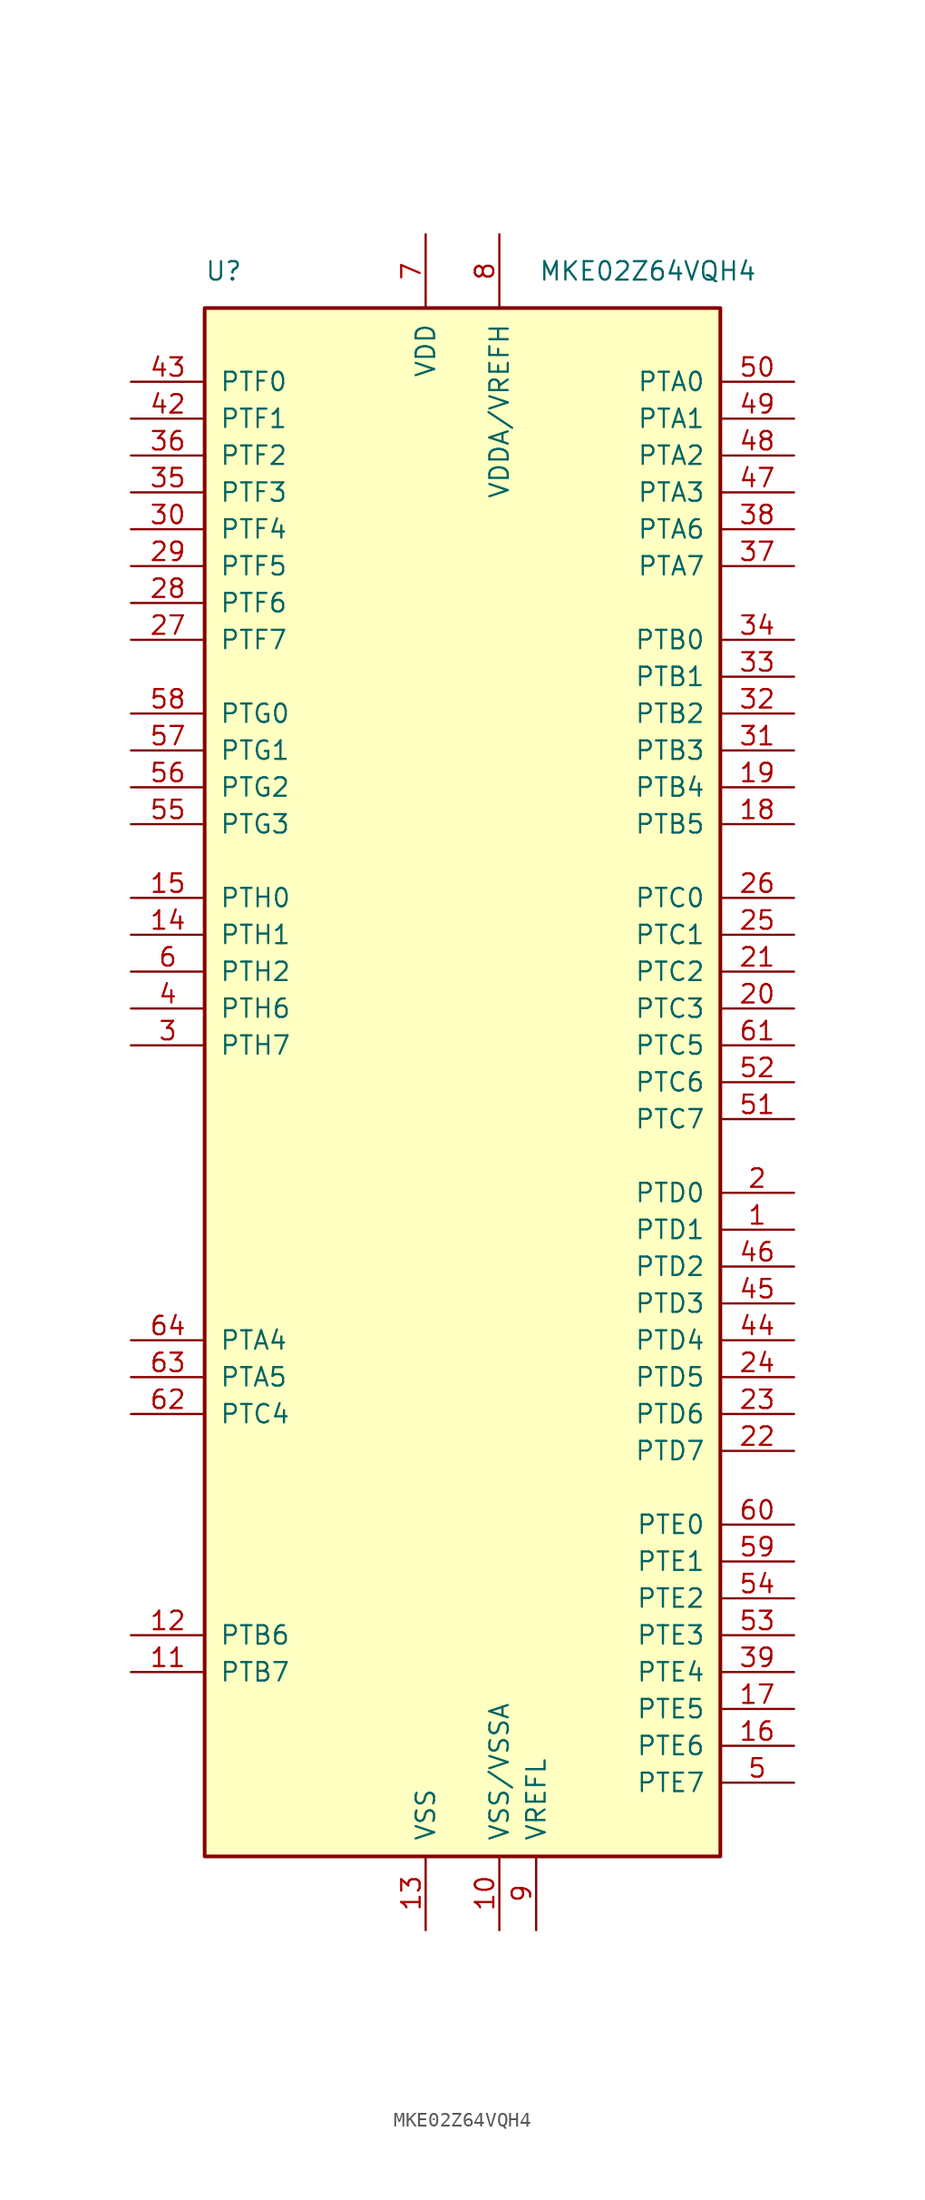
<source format=kicad_sym>
(kicad_symbol_lib
  (version 20241209)
  (generator "kicad_symbol_editor")
  (generator_version "9.0")
  (symbol "MKE02Z64VQH4"
    (pin_names
      (offset 1.016))
    (property "Reference" "U"
      (at -17.78 55.88 0)
      (effects (font (size 1.27 1.27)) (justify left)))
    (property "Value" "MKE02Z64VQH4"
      (at 20.32 55.88 0)
      (effects (font (size 1.27 1.27)) (justify right)))
    (symbol "MKE02Z64VQH4_0_1"
      (rectangle (start -17.78 53.34) (end 17.78 -53.34) (stroke (width 0.254) (type default)) (fill (type background))))
    (symbol "MKE02Z64VQH4_1_1"
      (pin bidirectional line (at -22.86 48.26 0) (length 5.08) (name "PTF0" (effects (font (size 1.27 1.27)))) (number "43" (effects (font (size 1.27 1.27)))))
      (pin bidirectional line (at -22.86 45.72 0) (length 5.08) (name "PTF1" (effects (font (size 1.27 1.27)))) (number "42" (effects (font (size 1.27 1.27)))))
      (pin bidirectional line (at -22.86 43.18 0) (length 5.08) (name "PTF2" (effects (font (size 1.27 1.27)))) (number "36" (effects (font (size 1.27 1.27)))))
      (pin bidirectional line (at -22.86 40.64 0) (length 5.08) (name "PTF3" (effects (font (size 1.27 1.27)))) (number "35" (effects (font (size 1.27 1.27)))))
      (pin bidirectional line (at -22.86 38.1 0) (length 5.08) (name "PTF4" (effects (font (size 1.27 1.27)))) (number "30" (effects (font (size 1.27 1.27)))))
      (pin bidirectional line (at -22.86 35.56 0) (length 5.08) (name "PTF5" (effects (font (size 1.27 1.27)))) (number "29" (effects (font (size 1.27 1.27)))))
      (pin bidirectional line (at -22.86 33.02 0) (length 5.08) (name "PTF6" (effects (font (size 1.27 1.27)))) (number "28" (effects (font (size 1.27 1.27)))))
      (pin bidirectional line (at -22.86 30.48 0) (length 5.08) (name "PTF7" (effects (font (size 1.27 1.27)))) (number "27" (effects (font (size 1.27 1.27)))))
      (pin bidirectional line (at -22.86 25.4 0) (length 5.08) (name "PTG0" (effects (font (size 1.27 1.27)))) (number "58" (effects (font (size 1.27 1.27)))))
      (pin bidirectional line (at -22.86 22.86 0) (length 5.08) (name "PTG1" (effects (font (size 1.27 1.27)))) (number "57" (effects (font (size 1.27 1.27)))))
      (pin bidirectional line (at -22.86 20.32 0) (length 5.08) (name "PTG2" (effects (font (size 1.27 1.27)))) (number "56" (effects (font (size 1.27 1.27)))))
      (pin bidirectional line (at -22.86 17.78 0) (length 5.08) (name "PTG3" (effects (font (size 1.27 1.27)))) (number "55" (effects (font (size 1.27 1.27)))))
      (pin bidirectional line (at -22.86 12.7 0) (length 5.08) (name "PTH0" (effects (font (size 1.27 1.27)))) (number "15" (effects (font (size 1.27 1.27)))))
      (pin bidirectional line (at -22.86 10.16 0) (length 5.08) (name "PTH1" (effects (font (size 1.27 1.27)))) (number "14" (effects (font (size 1.27 1.27)))))
      (pin bidirectional line (at -22.86 7.62 0) (length 5.08) (name "PTH2" (effects (font (size 1.27 1.27)))) (number "6" (effects (font (size 1.27 1.27)))))
      (pin bidirectional line (at -22.86 5.08 0) (length 5.08) (name "PTH6" (effects (font (size 1.27 1.27)))) (number "4" (effects (font (size 1.27 1.27)))))
      (pin bidirectional line (at -22.86 2.54 0) (length 5.08) (name "PTH7" (effects (font (size 1.27 1.27)))) (number "3" (effects (font (size 1.27 1.27)))))
      (pin bidirectional line (at -22.86 -17.78 0) (length 5.08) (name "PTA4" (effects (font (size 1.27 1.27)))) (number "64" (effects (font (size 1.27 1.27)))))
      (pin bidirectional line (at -22.86 -20.32 0) (length 5.08) (name "PTA5" (effects (font (size 1.27 1.27)))) (number "63" (effects (font (size 1.27 1.27)))))
      (pin bidirectional line (at -22.86 -22.86 0) (length 5.08) (name "PTC4" (effects (font (size 1.27 1.27)))) (number "62" (effects (font (size 1.27 1.27)))))
      (pin bidirectional line (at -22.86 -38.1 0) (length 5.08) (name "PTB6" (effects (font (size 1.27 1.27)))) (number "12" (effects (font (size 1.27 1.27)))))
      (pin bidirectional line (at -22.86 -40.64 0) (length 5.08) (name "PTB7" (effects (font (size 1.27 1.27)))) (number "11" (effects (font (size 1.27 1.27)))))
      (pin passive line (at -2.54 58.42 270) (length 5.08) (hide yes) (name "VDD" (effects (font (size 1.27 1.27)))) (number "41" (effects (font (size 1.27 1.27)))))
      (pin power_in line (at -2.54 58.42 270) (length 5.08) (name "VDD" (effects (font (size 1.27 1.27)))) (number "7" (effects (font (size 1.27 1.27)))))
      (pin power_in line (at -2.54 -58.42 90) (length 5.08) (name "VSS" (effects (font (size 1.27 1.27)))) (number "13" (effects (font (size 1.27 1.27)))))
      (pin passive line (at -2.54 -58.42 90) (length 5.08) (hide yes) (name "VSS" (effects (font (size 1.27 1.27)))) (number "40" (effects (font (size 1.27 1.27)))))
      (pin power_in line (at 2.54 58.42 270) (length 5.08) (name "VDDA/VREFH" (effects (font (size 1.27 1.27)))) (number "8" (effects (font (size 1.27 1.27)))))
      (pin power_in line (at 2.54 -58.42 90) (length 5.08) (name "VSS/VSSA" (effects (font (size 1.27 1.27)))) (number "10" (effects (font (size 1.27 1.27)))))
      (pin power_in line (at 5.08 -58.42 90) (length 5.08) (name "VREFL" (effects (font (size 1.27 1.27)))) (number "9" (effects (font (size 1.27 1.27)))))
      (pin bidirectional line (at 22.86 48.26 180) (length 5.08) (name "PTA0" (effects (font (size 1.27 1.27)))) (number "50" (effects (font (size 1.27 1.27)))))
      (pin bidirectional line (at 22.86 45.72 180) (length 5.08) (name "PTA1" (effects (font (size 1.27 1.27)))) (number "49" (effects (font (size 1.27 1.27)))))
      (pin bidirectional line (at 22.86 43.18 180) (length 5.08) (name "PTA2" (effects (font (size 1.27 1.27)))) (number "48" (effects (font (size 1.27 1.27)))))
      (pin bidirectional line (at 22.86 40.64 180) (length 5.08) (name "PTA3" (effects (font (size 1.27 1.27)))) (number "47" (effects (font (size 1.27 1.27)))))
      (pin bidirectional line (at 22.86 38.1 180) (length 5.08) (name "PTA6" (effects (font (size 1.27 1.27)))) (number "38" (effects (font (size 1.27 1.27)))))
      (pin bidirectional line (at 22.86 35.56 180) (length 5.08) (name "PTA7" (effects (font (size 1.27 1.27)))) (number "37" (effects (font (size 1.27 1.27)))))
      (pin bidirectional line (at 22.86 30.48 180) (length 5.08) (name "PTB0" (effects (font (size 1.27 1.27)))) (number "34" (effects (font (size 1.27 1.27)))))
      (pin bidirectional line (at 22.86 27.94 180) (length 5.08) (name "PTB1" (effects (font (size 1.27 1.27)))) (number "33" (effects (font (size 1.27 1.27)))))
      (pin bidirectional line (at 22.86 25.4 180) (length 5.08) (name "PTB2" (effects (font (size 1.27 1.27)))) (number "32" (effects (font (size 1.27 1.27)))))
      (pin bidirectional line (at 22.86 22.86 180) (length 5.08) (name "PTB3" (effects (font (size 1.27 1.27)))) (number "31" (effects (font (size 1.27 1.27)))))
      (pin bidirectional line (at 22.86 20.32 180) (length 5.08) (name "PTB4" (effects (font (size 1.27 1.27)))) (number "19" (effects (font (size 1.27 1.27)))))
      (pin bidirectional line (at 22.86 17.78 180) (length 5.08) (name "PTB5" (effects (font (size 1.27 1.27)))) (number "18" (effects (font (size 1.27 1.27)))))
      (pin bidirectional line (at 22.86 12.7 180) (length 5.08) (name "PTC0" (effects (font (size 1.27 1.27)))) (number "26" (effects (font (size 1.27 1.27)))))
      (pin bidirectional line (at 22.86 10.16 180) (length 5.08) (name "PTC1" (effects (font (size 1.27 1.27)))) (number "25" (effects (font (size 1.27 1.27)))))
      (pin bidirectional line (at 22.86 7.62 180) (length 5.08) (name "PTC2" (effects (font (size 1.27 1.27)))) (number "21" (effects (font (size 1.27 1.27)))))
      (pin bidirectional line (at 22.86 5.08 180) (length 5.08) (name "PTC3" (effects (font (size 1.27 1.27)))) (number "20" (effects (font (size 1.27 1.27)))))
      (pin bidirectional line (at 22.86 2.54 180) (length 5.08) (name "PTC5" (effects (font (size 1.27 1.27)))) (number "61" (effects (font (size 1.27 1.27)))))
      (pin bidirectional line (at 22.86 0 180) (length 5.08) (name "PTC6" (effects (font (size 1.27 1.27)))) (number "52" (effects (font (size 1.27 1.27)))))
      (pin bidirectional line (at 22.86 -2.54 180) (length 5.08) (name "PTC7" (effects (font (size 1.27 1.27)))) (number "51" (effects (font (size 1.27 1.27)))))
      (pin bidirectional line (at 22.86 -7.62 180) (length 5.08) (name "PTD0" (effects (font (size 1.27 1.27)))) (number "2" (effects (font (size 1.27 1.27)))))
      (pin bidirectional line (at 22.86 -10.16 180) (length 5.08) (name "PTD1" (effects (font (size 1.27 1.27)))) (number "1" (effects (font (size 1.27 1.27)))))
      (pin bidirectional line (at 22.86 -12.7 180) (length 5.08) (name "PTD2" (effects (font (size 1.27 1.27)))) (number "46" (effects (font (size 1.27 1.27)))))
      (pin bidirectional line (at 22.86 -15.24 180) (length 5.08) (name "PTD3" (effects (font (size 1.27 1.27)))) (number "45" (effects (font (size 1.27 1.27)))))
      (pin bidirectional line (at 22.86 -17.78 180) (length 5.08) (name "PTD4" (effects (font (size 1.27 1.27)))) (number "44" (effects (font (size 1.27 1.27)))))
      (pin bidirectional line (at 22.86 -20.32 180) (length 5.08) (name "PTD5" (effects (font (size 1.27 1.27)))) (number "24" (effects (font (size 1.27 1.27)))))
      (pin bidirectional line (at 22.86 -22.86 180) (length 5.08) (name "PTD6" (effects (font (size 1.27 1.27)))) (number "23" (effects (font (size 1.27 1.27)))))
      (pin bidirectional line (at 22.86 -25.4 180) (length 5.08) (name "PTD7" (effects (font (size 1.27 1.27)))) (number "22" (effects (font (size 1.27 1.27)))))
      (pin bidirectional line (at 22.86 -30.48 180) (length 5.08) (name "PTE0" (effects (font (size 1.27 1.27)))) (number "60" (effects (font (size 1.27 1.27)))))
      (pin bidirectional line (at 22.86 -33.02 180) (length 5.08) (name "PTE1" (effects (font (size 1.27 1.27)))) (number "59" (effects (font (size 1.27 1.27)))))
      (pin bidirectional line (at 22.86 -35.56 180) (length 5.08) (name "PTE2" (effects (font (size 1.27 1.27)))) (number "54" (effects (font (size 1.27 1.27)))))
      (pin bidirectional line (at 22.86 -38.1 180) (length 5.08) (name "PTE3" (effects (font (size 1.27 1.27)))) (number "53" (effects (font (size 1.27 1.27)))))
      (pin bidirectional line (at 22.86 -40.64 180) (length 5.08) (name "PTE4" (effects (font (size 1.27 1.27)))) (number "39" (effects (font (size 1.27 1.27)))))
      (pin bidirectional line (at 22.86 -43.18 180) (length 5.08) (name "PTE5" (effects (font (size 1.27 1.27)))) (number "17" (effects (font (size 1.27 1.27)))))
      (pin bidirectional line (at 22.86 -45.72 180) (length 5.08) (name "PTE6" (effects (font (size 1.27 1.27)))) (number "16" (effects (font (size 1.27 1.27)))))
      (pin bidirectional line (at 22.86 -48.26 180) (length 5.08) (name "PTE7" (effects (font (size 1.27 1.27)))) (number "5" (effects (font (size 1.27 1.27))))))))
</source>
